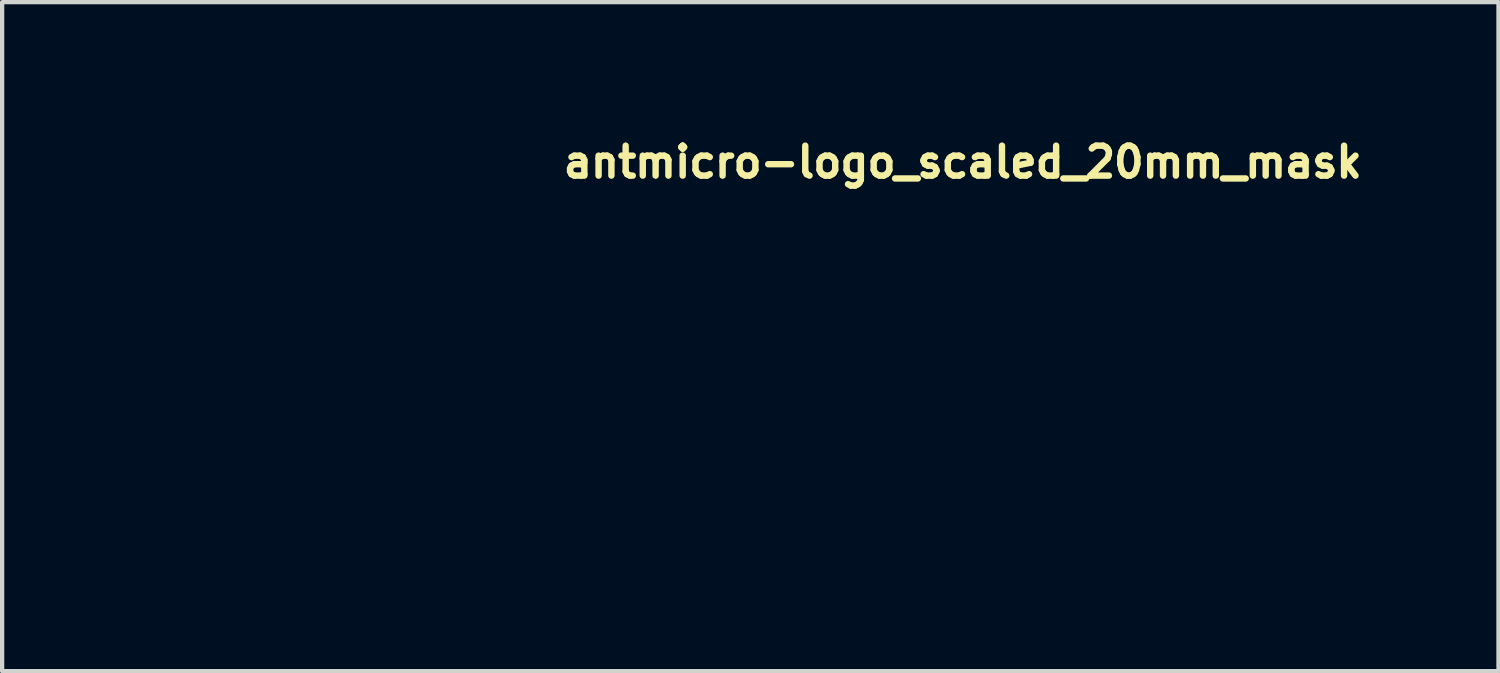
<source format=kicad_pcb>
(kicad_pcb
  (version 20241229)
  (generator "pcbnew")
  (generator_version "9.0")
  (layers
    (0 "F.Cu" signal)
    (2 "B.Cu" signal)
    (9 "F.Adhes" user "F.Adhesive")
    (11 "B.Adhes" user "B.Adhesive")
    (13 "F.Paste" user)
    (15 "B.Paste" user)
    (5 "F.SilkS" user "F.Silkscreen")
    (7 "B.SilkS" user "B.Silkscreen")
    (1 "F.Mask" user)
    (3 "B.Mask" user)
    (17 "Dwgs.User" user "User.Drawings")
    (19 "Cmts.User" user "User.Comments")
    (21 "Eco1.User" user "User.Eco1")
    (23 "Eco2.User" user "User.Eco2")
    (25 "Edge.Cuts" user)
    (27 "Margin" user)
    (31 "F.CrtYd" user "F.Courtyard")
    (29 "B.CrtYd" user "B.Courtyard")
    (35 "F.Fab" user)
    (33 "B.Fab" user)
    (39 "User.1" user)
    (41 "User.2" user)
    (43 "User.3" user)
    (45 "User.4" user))
  (footprint "antmicro-logo_scaled_20mm_mask"
    (layer "F.Cu")
    (at 9.999 6.65)
    (property "Reference" "antmicro-logo_scaled_20mm_mask" (at 0.05 -5.5 0) (layer "F.SilkS") (effects (font (size 0.7 0.7) (thickness 0.15)) (justify left bottom)))
    (attr through_hole exclude_from_pos_files exclude_from_bom)
    (fp_poly (pts (xy 5.212 0.944) (xy 4.834 0.944) (xy 4.834 -1.292) (xy 5.212 -1.292) (xy 5.212 0.944)) (stroke (width 0.002) (type solid)) (fill yes) (layer "F.Mask"))
    (fp_poly (pts (xy 8.164 -1.321) (xy 8.193 -1.317) (xy 8.204 -1.31) (xy 8.204 -1.308) (xy 8.2 -1.285) (xy 8.188 -1.24) (xy 8.171 -1.181) (xy 8.163 -1.156) (xy 8.142 -1.092) (xy 8.126 -1.053) (xy 8.112 -1.034) (xy 8.097 -1.031) (xy 8.094 -1.032) (xy 7.996 -1.053) (xy 7.886 -1.06) (xy 7.778 -1.053) (xy 7.683 -1.032) (xy 7.665 -1.026) (xy 7.622 -1.009) (xy 7.622 0.944) (xy 7.244 0.944) (xy 7.244 -1.178) (xy 7.358 -1.219) (xy 7.457 -1.253) (xy 7.548 -1.277) (xy 7.639 -1.295) (xy 7.738 -1.307) (xy 7.856 -1.315) (xy 7.94 -1.319) (xy 8.042 -1.322) (xy 8.115 -1.322) (xy 8.164 -1.321)) (stroke (width 0.002) (type solid)) (fill yes) (layer "F.Mask"))
    (fp_poly (pts (xy 0.795 -1.891) (xy 0.798 -1.849) (xy 0.8 -1.786) (xy 0.802 -1.705) (xy 0.803 -1.612) (xy 0.803 -1.599) (xy 0.803 -1.292) (xy 1.181 -1.292) (xy 1.181 -1.04) (xy 0.803 -1.04) (xy 0.803 0.498) (xy 0.838 0.566) (xy 0.885 0.631) (xy 0.944 0.671) (xy 1.021 0.688) (xy 1.082 0.689) (xy 1.181 0.685) (xy 1.181 0.806) (xy 1.178 0.88) (xy 1.17 0.926) (xy 1.161 0.939) (xy 1.138 0.945) (xy 1.09 0.95) (xy 1.028 0.954) (xy 0.984 0.956) (xy 0.897 0.957) (xy 0.832 0.953) (xy 0.778 0.942) (xy 0.743 0.931) (xy 0.647 0.886) (xy 0.571 0.823) (xy 0.508 0.737) (xy 0.488 0.701) (xy 0.433 0.593) (xy 0.428 -0.223) (xy 0.424 -1.04) (xy 0.173 -1.04) (xy 0.173 -1.292) (xy 0.425 -1.292) (xy 0.425 -1.795) (xy 0.603 -1.85) (xy 0.673 -1.872) (xy 0.733 -1.89) (xy 0.774 -1.902) (xy 0.792 -1.906) (xy 0.795 -1.891)) (stroke (width 0.002) (type solid)) (fill yes) (layer "F.Mask"))
    (fp_poly (pts (xy -0.82 -1.315) (xy -0.737 -1.312) (xy -0.672 -1.308) (xy -0.621 -1.301) (xy -0.577 -1.291) (xy -0.56 -1.286) (xy -0.417 -1.232) (xy -0.302 -1.164) (xy -0.212 -1.082) (xy -0.154 -0.996) (xy -0.135 -0.961) (xy -0.119 -0.927) (xy -0.105 -0.893) (xy -0.094 -0.855) (xy -0.085 -0.811) (xy -0.078 -0.758) (xy -0.073 -0.693) (xy -0.069 -0.612) (xy -0.067 -0.515) (xy -0.065 -0.397) (xy -0.064 -0.256) (xy -0.064 -0.088) (xy -0.063 0.105) (xy -0.063 0.944) (xy -0.441 0.944) (xy -0.441 0.113) (xy -0.442 -0.083) (xy -0.442 -0.25) (xy -0.443 -0.391) (xy -0.445 -0.508) (xy -0.448 -0.604) (xy -0.452 -0.682) (xy -0.457 -0.744) (xy -0.465 -0.794) (xy -0.474 -0.833) (xy -0.486 -0.864) (xy -0.501 -0.89) (xy -0.518 -0.913) (xy -0.538 -0.937) (xy -0.539 -0.939) (xy -0.604 -0.997) (xy -0.684 -1.039) (xy -0.784 -1.066) (xy -0.822 -1.072) (xy -0.927 -1.078) (xy -1.044 -1.073) (xy -1.158 -1.056) (xy -1.24 -1.034) (xy -1.3 -1.013) (xy -1.304 -0.034) (xy -1.308 0.944) (xy -1.686 0.944) (xy -1.686 -1.178) (xy -1.54 -1.225) (xy -1.44 -1.257) (xy -1.354 -1.28) (xy -1.276 -1.297) (xy -1.195 -1.307) (xy -1.105 -1.313) (xy -0.995 -1.315) (xy -0.93 -1.315) (xy -0.82 -1.315)) (stroke (width 0.002) (type solid)) (fill yes) (layer "F.Mask"))
    (fp_poly (pts (xy 3.757 -1.312) (xy 3.91 -1.278) (xy 4.043 -1.223) (xy 4.153 -1.146) (xy 4.24 -1.047) (xy 4.282 -0.977) (xy 4.299 -0.943) (xy 4.313 -0.91) (xy 4.325 -0.876) (xy 4.335 -0.837) (xy 4.343 -0.791) (xy 4.349 -0.734) (xy 4.353 -0.665) (xy 4.357 -0.581) (xy 4.359 -0.478) (xy 4.361 -0.354) (xy 4.361 -0.206) (xy 4.362 -0.031) (xy 4.362 0.111) (xy 4.362 0.944) (xy 3.985 0.944) (xy 3.98 0.074) (xy 3.976 -0.796) (xy 3.93 -0.879) (xy 3.867 -0.961) (xy 3.786 -1.022) (xy 3.691 -1.062) (xy 3.586 -1.079) (xy 3.476 -1.074) (xy 3.366 -1.045) (xy 3.26 -0.994) (xy 3.185 -0.938) (xy 3.118 -0.88) (xy 3.118 0.944) (xy 2.74 0.944) (xy 2.74 0.092) (xy 2.739 -0.122) (xy 2.739 -0.305) (xy 2.737 -0.459) (xy 2.735 -0.585) (xy 2.732 -0.683) (xy 2.729 -0.755) (xy 2.725 -0.802) (xy 2.722 -0.821) (xy 2.679 -0.91) (xy 2.613 -0.981) (xy 2.523 -1.034) (xy 2.413 -1.067) (xy 2.284 -1.079) (xy 2.154 -1.073) (xy 2.082 -1.064) (xy 2.031 -1.056) (xy 1.989 -1.046) (xy 1.944 -1.031) (xy 1.917 -1.021) (xy 1.874 -1.005) (xy 1.874 0.944) (xy 1.511 0.944) (xy 1.511 -1.18) (xy 1.661 -1.228) (xy 1.83 -1.276) (xy 1.988 -1.306) (xy 2.148 -1.319) (xy 2.314 -1.319) (xy 2.448 -1.311) (xy 2.557 -1.297) (xy 2.649 -1.272) (xy 2.732 -1.237) (xy 2.811 -1.189) (xy 2.843 -1.165) (xy 2.947 -1.087) (xy 3.012 -1.14) (xy 3.14 -1.224) (xy 3.283 -1.283) (xy 3.443 -1.315) (xy 3.582 -1.323) (xy 3.757 -1.312)) (stroke (width 0.002) (type solid)) (fill yes) (layer "F.Mask"))
    (fp_poly (pts (xy 9.278 -1.313) (xy 9.419 -1.281) (xy 9.543 -1.225) (xy 9.656 -1.146) (xy 9.708 -1.097) (xy 9.808 -0.975) (xy 9.887 -0.831) (xy 9.945 -0.666) (xy 9.984 -0.476) (xy 9.998 -0.354) (xy 10.005 -0.134) (xy 9.992 0.072) (xy 9.96 0.262) (xy 9.908 0.434) (xy 9.837 0.585) (xy 9.749 0.714) (xy 9.643 0.819) (xy 9.578 0.867) (xy 9.475 0.918) (xy 9.352 0.956) (xy 9.219 0.98) (xy 9.087 0.986) (xy 8.966 0.975) (xy 8.81 0.933) (xy 8.673 0.864) (xy 8.553 0.771) (xy 8.452 0.653) (xy 8.371 0.511) (xy 8.31 0.346) (xy 8.277 0.202) (xy 8.249 -0.011) (xy 8.243 -0.182) (xy 8.619 -0.182) (xy 8.626 -0.007) (xy 8.647 0.163) (xy 8.682 0.318) (xy 8.73 0.449) (xy 8.792 0.552) (xy 8.87 0.633) (xy 8.961 0.69) (xy 9.06 0.721) (xy 9.164 0.724) (xy 9.268 0.699) (xy 9.303 0.683) (xy 9.391 0.625) (xy 9.465 0.546) (xy 9.524 0.443) (xy 9.569 0.315) (xy 9.601 0.162) (xy 9.62 0) (xy 9.628 -0.198) (xy 9.62 -0.382) (xy 9.597 -0.55) (xy 9.558 -0.698) (xy 9.505 -0.825) (xy 9.439 -0.927) (xy 9.397 -0.971) (xy 9.307 -1.035) (xy 9.21 -1.071) (xy 9.109 -1.079) (xy 9.009 -1.062) (xy 8.915 -1.019) (xy 8.831 -0.953) (xy 8.76 -0.863) (xy 8.733 -0.813) (xy 8.684 -0.68) (xy 8.648 -0.526) (xy 8.627 -0.358) (xy 8.619 -0.182) (xy 8.243 -0.182) (xy 8.242 -0.218) (xy 8.255 -0.417) (xy 8.288 -0.602) (xy 8.339 -0.772) (xy 8.41 -0.923) (xy 8.498 -1.051) (xy 8.524 -1.081) (xy 8.637 -1.182) (xy 8.765 -1.255) (xy 8.908 -1.302) (xy 9.068 -1.322) (xy 9.117 -1.323) (xy 9.278 -1.313)) (stroke (width 0.002) (type solid)) (fill yes) (layer "F.Mask"))
    (fp_poly (pts (xy 6.48 -1.32) (xy 6.584 -1.31) (xy 6.642 -1.3) (xy 6.701 -1.282) (xy 6.765 -1.259) (xy 6.825 -1.233) (xy 6.873 -1.209) (xy 6.9 -1.189) (xy 6.902 -1.186) (xy 6.901 -1.166) (xy 6.889 -1.128) (xy 6.872 -1.079) (xy 6.852 -1.03) (xy 6.833 -0.989) (xy 6.818 -0.966) (xy 6.815 -0.963) (xy 6.795 -0.969) (xy 6.757 -0.985) (xy 6.717 -1.002) (xy 6.597 -1.044) (xy 6.478 -1.06) (xy 6.365 -1.05) (xy 6.267 -1.016) (xy 6.184 -0.957) (xy 6.109 -0.87) (xy 6.042 -0.76) (xy 5.988 -0.629) (xy 5.964 -0.554) (xy 5.946 -0.461) (xy 5.934 -0.347) (xy 5.929 -0.22) (xy 5.931 -0.091) (xy 5.938 0.032) (xy 5.953 0.138) (xy 5.965 0.191) (xy 6.018 0.347) (xy 6.085 0.476) (xy 6.166 0.576) (xy 6.262 0.649) (xy 6.269 0.653) (xy 6.318 0.678) (xy 6.36 0.692) (xy 6.409 0.698) (xy 6.476 0.7) (xy 6.48 0.7) (xy 6.551 0.697) (xy 6.613 0.686) (xy 6.676 0.665) (xy 6.75 0.631) (xy 6.805 0.602) (xy 6.811 0.606) (xy 6.823 0.627) (xy 6.842 0.667) (xy 6.868 0.73) (xy 6.904 0.819) (xy 6.907 0.827) (xy 6.898 0.844) (xy 6.866 0.868) (xy 6.818 0.895) (xy 6.759 0.922) (xy 6.697 0.945) (xy 6.68 0.95) (xy 6.596 0.968) (xy 6.494 0.98) (xy 6.388 0.984) (xy 6.292 0.98) (xy 6.251 0.975) (xy 6.192 0.96) (xy 6.121 0.935) (xy 6.055 0.906) (xy 5.924 0.825) (xy 5.811 0.718) (xy 5.717 0.586) (xy 5.641 0.431) (xy 5.585 0.252) (xy 5.566 0.164) (xy 5.552 0.061) (xy 5.545 -0.061) (xy 5.544 -0.193) (xy 5.549 -0.327) (xy 5.56 -0.453) (xy 5.576 -0.563) (xy 5.589 -0.623) (xy 5.65 -0.797) (xy 5.731 -0.949) (xy 5.831 -1.077) (xy 5.948 -1.181) (xy 6.081 -1.259) (xy 6.187 -1.298) (xy 6.27 -1.314) (xy 6.372 -1.322) (xy 6.48 -1.32)) (stroke (width 0.002) (type solid)) (fill yes) (layer "F.Mask"))
    (fp_poly (pts (xy -2.763 -1.313) (xy -2.663 -1.294) (xy -2.55 -1.259) (xy -2.459 -1.216) (xy -2.38 -1.16) (xy -2.341 -1.124) (xy -2.284 -1.053) (xy -2.232 -0.961) (xy -2.192 -0.861) (xy -2.174 -0.79) (xy -2.17 -0.754) (xy -2.167 -0.69) (xy -2.164 -0.599) (xy -2.162 -0.485) (xy -2.16 -0.35) (xy -2.159 -0.196) (xy -2.158 -0.027) (xy -2.158 0.064) (xy -2.158 0.833) (xy -2.232 0.865) (xy -2.364 0.913) (xy -2.517 0.949) (xy -2.682 0.974) (xy -2.85 0.986) (xy -3.011 0.983) (xy -3.097 0.975) (xy -3.264 0.942) (xy -3.407 0.889) (xy -3.525 0.817) (xy -3.618 0.725) (xy -3.686 0.616) (xy -3.729 0.487) (xy -3.746 0.341) (xy -3.746 0.268) (xy -3.744 0.254) (xy -3.383 0.254) (xy -3.38 0.384) (xy -3.352 0.497) (xy -3.298 0.591) (xy -3.221 0.665) (xy -3.12 0.719) (xy -3.072 0.735) (xy -3.011 0.745) (xy -2.928 0.75) (xy -2.835 0.75) (xy -2.74 0.744) (xy -2.655 0.734) (xy -2.589 0.72) (xy -2.579 0.716) (xy -2.504 0.689) (xy -2.504 -0.302) (xy -2.595 -0.291) (xy -2.653 -0.282) (xy -2.728 -0.267) (xy -2.806 -0.25) (xy -2.831 -0.244) (xy -2.992 -0.194) (xy -3.125 -0.133) (xy -3.229 -0.06) (xy -3.306 0.026) (xy -3.357 0.125) (xy -3.381 0.238) (xy -3.383 0.254) (xy -3.744 0.254) (xy -3.725 0.126) (xy -3.678 0) (xy -3.602 -0.112) (xy -3.559 -0.158) (xy -3.465 -0.233) (xy -3.343 -0.303) (xy -3.198 -0.365) (xy -3.034 -0.417) (xy -2.856 -0.46) (xy -2.666 -0.49) (xy -2.663 -0.49) (xy -2.5 -0.51) (xy -2.51 -0.644) (xy -2.528 -0.77) (xy -2.564 -0.871) (xy -2.62 -0.949) (xy -2.697 -1.007) (xy -2.797 -1.045) (xy -2.845 -1.056) (xy -2.975 -1.067) (xy -3.12 -1.056) (xy -3.272 -1.024) (xy -3.426 -0.972) (xy -3.439 -0.967) (xy -3.488 -0.947) (xy -3.523 -0.936) (xy -3.537 -0.934) (xy -3.545 -0.95) (xy -3.56 -0.987) (xy -3.579 -1.035) (xy -3.598 -1.086) (xy -3.613 -1.129) (xy -3.622 -1.155) (xy -3.623 -1.159) (xy -3.609 -1.169) (xy -3.575 -1.188) (xy -3.537 -1.206) (xy -3.395 -1.257) (xy -3.239 -1.294) (xy -3.075 -1.316) (xy -2.914 -1.323) (xy -2.763 -1.313)) (stroke (width 0.002) (type solid)) (fill yes) (layer "F.Mask"))
    (fp_poly (pts (xy -7.153 -3.366) (xy -7.087 -3.351) (xy -7.086 -3.351) (xy -7.066 -3.34) (xy -7.021 -3.315) (xy -6.953 -3.277) (xy -6.865 -3.227) (xy -6.759 -3.167) (xy -6.639 -3.099) (xy -6.505 -3.022) (xy -6.361 -2.94) (xy -6.209 -2.853) (xy -6.052 -2.762) (xy -5.891 -2.67) (xy -5.729 -2.577) (xy -5.569 -2.485) (xy -5.413 -2.395) (xy -5.264 -2.309) (xy -5.123 -2.227) (xy -4.994 -2.152) (xy -4.878 -2.085) (xy -4.778 -2.027) (xy -4.697 -1.979) (xy -4.636 -1.943) (xy -4.599 -1.921) (xy -4.595 -1.918) (xy -4.528 -1.863) (xy -4.476 -1.798) (xy -4.434 -1.725) (xy -4.429 -0.224) (xy -4.429 0.063) (xy -4.428 0.323) (xy -4.429 0.553) (xy -4.429 0.755) (xy -4.43 0.928) (xy -4.432 1.071) (xy -4.434 1.184) (xy -4.436 1.266) (xy -4.439 1.318) (xy -4.441 1.337) (xy -4.448 1.36) (xy -4.454 1.382) (xy -4.463 1.403) (xy -4.476 1.423) (xy -4.494 1.445) (xy -4.519 1.47) (xy -4.552 1.497) (xy -4.596 1.529) (xy -4.652 1.567) (xy -4.721 1.611) (xy -4.805 1.663) (xy -4.906 1.723) (xy -5.025 1.794) (xy -5.165 1.875) (xy -5.326 1.969) (xy -5.511 2.076) (xy -5.72 2.197) (xy -5.813 2.251) (xy -7.079 2.982) (xy -7.197 2.988) (xy -7.315 2.994) (xy -7.78 2.727) (xy -8.064 2.563) (xy -8.323 2.415) (xy -8.557 2.28) (xy -8.767 2.159) (xy -8.955 2.051) (xy -9.122 1.954) (xy -9.27 1.868) (xy -9.399 1.792) (xy -9.51 1.726) (xy -9.606 1.669) (xy -9.688 1.619) (xy -9.756 1.576) (xy -9.812 1.539) (xy -9.857 1.507) (xy -9.893 1.481) (xy -9.92 1.458) (xy -9.94 1.437) (xy -9.955 1.42) (xy -9.965 1.403) (xy -9.972 1.387) (xy -9.977 1.371) (xy -9.981 1.354) (xy -9.985 1.337) (xy -9.988 1.309) (xy -9.991 1.25) (xy -9.993 1.161) (xy -9.995 1.041) (xy -9.996 0.891) (xy -9.997 0.712) (xy -9.998 0.503) (xy -9.998 0.266) (xy -9.997 0) (xy -9.997 -0.189) (xy -9.024 -0.189) (xy -9.024 0.015) (xy -9.024 0.191) (xy -9.023 0.34) (xy -9.022 0.464) (xy -9.021 0.567) (xy -9.018 0.65) (xy -9.014 0.717) (xy -9.01 0.768) (xy -9.003 0.808) (xy -8.995 0.837) (xy -8.986 0.859) (xy -8.974 0.876) (xy -8.961 0.891) (xy -8.945 0.905) (xy -8.943 0.906) (xy -8.922 0.921) (xy -8.877 0.949) (xy -8.81 0.989) (xy -8.725 1.039) (xy -8.625 1.098) (xy -8.512 1.164) (xy -8.389 1.235) (xy -8.26 1.31) (xy -8.128 1.386) (xy -7.995 1.463) (xy -7.864 1.538) (xy -7.739 1.609) (xy -7.622 1.676) (xy -7.517 1.735) (xy -7.425 1.787) (xy -7.351 1.828) (xy -7.297 1.857) (xy -7.266 1.872) (xy -7.261 1.874) (xy -7.222 1.885) (xy -7.195 1.886) (xy -7.163 1.875) (xy -7.144 1.867) (xy -7.117 1.854) (xy -7.067 1.827) (xy -6.997 1.788) (xy -6.909 1.738) (xy -6.805 1.679) (xy -6.691 1.614) (xy -6.567 1.543) (xy -6.438 1.469) (xy -6.306 1.392) (xy -6.174 1.316) (xy -6.045 1.241) (xy -5.922 1.17) (xy -5.809 1.103) (xy -5.708 1.044) (xy -5.622 0.992) (xy -5.553 0.952) (xy -5.507 0.923) (xy -5.484 0.907) (xy -5.483 0.907) (xy -5.467 0.892) (xy -5.453 0.878) (xy -5.441 0.861) (xy -5.431 0.839) (xy -5.423 0.81) (xy -5.417 0.772) (xy -5.412 0.721) (xy -5.408 0.656) (xy -5.406 0.574) (xy -5.404 0.473) (xy -5.403 0.35) (xy -5.402 0.203) (xy -5.402 0.03) (xy -5.402 -0.172) (xy -5.402 -0.189) (xy -5.402 -0.395) (xy -5.402 -0.572) (xy -5.403 -0.721) (xy -5.404 -0.847) (xy -5.406 -0.95) (xy -5.408 -1.034) (xy -5.412 -1.101) (xy -5.418 -1.153) (xy -5.425 -1.193) (xy -5.434 -1.223) (xy -5.445 -1.245) (xy -5.458 -1.262) (xy -5.473 -1.276) (xy -5.491 -1.29) (xy -5.499 -1.295) (xy -5.522 -1.31) (xy -5.57 -1.339) (xy -5.64 -1.381) (xy -5.729 -1.433) (xy -5.835 -1.496) (xy -5.956 -1.566) (xy -6.088 -1.643) (xy -6.229 -1.725) (xy -6.348 -1.793) (xy -6.519 -1.891) (xy -6.664 -1.974) (xy -6.786 -2.044) (xy -6.888 -2.101) (xy -6.971 -2.147) (xy -7.038 -2.183) (xy -7.091 -2.21) (xy -7.132 -2.229) (xy -7.163 -2.242) (xy -7.187 -2.249) (xy -7.205 -2.252) (xy -7.211 -2.252) (xy -7.228 -2.251) (xy -7.249 -2.246) (xy -7.276 -2.236) (xy -7.312 -2.219) (xy -7.359 -2.196) (xy -7.419 -2.165) (xy -7.495 -2.123) (xy -7.587 -2.072) (xy -7.699 -2.008) (xy -7.832 -1.932) (xy -7.99 -1.842) (xy -8.1 -1.778) (xy -8.248 -1.693) (xy -8.388 -1.611) (xy -8.519 -1.535) (xy -8.637 -1.466) (xy -8.739 -1.406) (xy -8.825 -1.355) (xy -8.89 -1.316) (xy -8.933 -1.29) (xy -8.951 -1.278) (xy -8.966 -1.265) (xy -8.978 -1.251) (xy -8.989 -1.234) (xy -8.998 -1.212) (xy -9.005 -1.182) (xy -9.011 -1.141) (xy -9.015 -1.087) (xy -9.018 -1.019) (xy -9.021 -0.933) (xy -9.022 -0.827) (xy -9.023 -0.699) (xy -9.024 -0.546) (xy -9.024 -0.366) (xy -9.024 -0.189) (xy -9.997 -0.189) (xy -9.997 -0.224) (xy -9.996 -0.479) (xy -9.996 -0.705) (xy -9.995 -0.903) (xy -9.994 -1.075) (xy -9.993 -1.223) (xy -9.992 -1.35) (xy -9.99 -1.456) (xy -9.987 -1.545) (xy -9.984 -1.617) (xy -9.98 -1.675) (xy -9.974 -1.721) (xy -9.968 -1.757) (xy -9.961 -1.784) (xy -9.952 -1.805) (xy -9.941 -1.821) (xy -9.929 -1.834) (xy -9.915 -1.847) (xy -9.9 -1.86) (xy -9.893 -1.866) (xy -9.873 -1.88) (xy -9.828 -1.909) (xy -9.759 -1.951) (xy -9.669 -2.005) (xy -9.56 -2.07) (xy -9.433 -2.145) (xy -9.291 -2.228) (xy -9.136 -2.319) (xy -8.969 -2.416) (xy -8.793 -2.518) (xy -8.61 -2.624) (xy -8.59 -2.635) (xy -8.377 -2.759) (xy -8.189 -2.867) (xy -8.024 -2.962) (xy -7.882 -3.044) (xy -7.759 -3.114) (xy -7.656 -3.173) (xy -7.568 -3.221) (xy -7.496 -3.261) (xy -7.437 -3.293) (xy -7.389 -3.317) (xy -7.351 -3.336) (xy -7.321 -3.349) (xy -7.296 -3.357) (xy -7.276 -3.363) (xy -7.259 -3.366) (xy -7.242 -3.367) (xy -7.237 -3.368) (xy -7.153 -3.366)) (stroke (width 0.002) (type solid)) (fill yes) (layer "F.Mask"))
    (fp_poly (pts (xy -7.128 -1.48) (xy -7.114 -1.475) (xy -7.042 -1.428) (xy -6.989 -1.361) (xy -6.96 -1.281) (xy -6.957 -1.196) (xy -6.961 -1.175) (xy -6.992 -1.094) (xy -7.046 -1.034) (xy -7.101 -1.001) (xy -7.166 -0.969) (xy -7.166 -0.599) (xy -6.891 -0.599) (xy -6.778 -0.711) (xy -6.665 -0.824) (xy -6.673 -0.905) (xy -6.673 -0.906) (xy -6.566 -0.906) (xy -6.549 -0.87) (xy -6.512 -0.853) (xy -6.467 -0.856) (xy -6.435 -0.876) (xy -6.412 -0.913) (xy -6.42 -0.95) (xy -6.441 -0.977) (xy -6.471 -1.002) (xy -6.496 -1.005) (xy -6.53 -0.986) (xy -6.532 -0.984) (xy -6.56 -0.949) (xy -6.566 -0.906) (xy -6.673 -0.906) (xy -6.676 -0.957) (xy -6.669 -0.992) (xy -6.648 -1.025) (xy -6.639 -1.036) (xy -6.582 -1.084) (xy -6.519 -1.106) (xy -6.456 -1.105) (xy -6.397 -1.084) (xy -6.349 -1.044) (xy -6.316 -0.99) (xy -6.304 -0.925) (xy -6.315 -0.859) (xy -6.351 -0.797) (xy -6.408 -0.757) (xy -6.484 -0.741) (xy -6.497 -0.741) (xy -6.529 -0.74) (xy -6.557 -0.734) (xy -6.585 -0.719) (xy -6.619 -0.693) (xy -6.667 -0.651) (xy -6.705 -0.615) (xy -6.84 -0.489) (xy -7.166 -0.489) (xy -7.166 -0.237) (xy -6.568 -0.237) (xy -6.545 -0.282) (xy -6.502 -0.333) (xy -6.443 -0.364) (xy -6.377 -0.373) (xy -6.311 -0.36) (xy -6.255 -0.322) (xy -6.249 -0.317) (xy -6.209 -0.253) (xy -6.195 -0.188) (xy -6.205 -0.126) (xy -6.234 -0.072) (xy -6.28 -0.03) (xy -6.337 -0.006) (xy -6.402 -0.002) (xy -6.472 -0.025) (xy -6.486 -0.033) (xy -6.523 -0.061) (xy -6.545 -0.091) (xy -6.547 -0.096) (xy -6.552 -0.106) (xy -6.561 -0.114) (xy -6.58 -0.12) (xy -6.613 -0.123) (xy -6.664 -0.125) (xy -6.737 -0.126) (xy -6.836 -0.126) (xy -6.861 -0.126) (xy -7.166 -0.126) (xy -7.166 0.11) (xy -6.842 0.11) (xy -6.581 0.373) (xy -6.507 0.366) (xy -6.428 0.372) (xy -6.367 0.402) (xy -6.325 0.457) (xy -6.314 0.486) (xy -6.304 0.561) (xy -6.322 0.626) (xy -6.361 0.678) (xy -6.422 0.72) (xy -6.487 0.736) (xy -6.55 0.727) (xy -6.605 0.697) (xy -6.648 0.648) (xy -6.671 0.583) (xy -6.672 0.536) (xy -6.564 0.536) (xy -6.559 0.575) (xy -6.544 0.597) (xy -6.508 0.625) (xy -6.474 0.623) (xy -6.441 0.598) (xy -6.414 0.56) (xy -6.417 0.525) (xy -6.44 0.497) (xy -6.48 0.476) (xy -6.518 0.48) (xy -6.549 0.502) (xy -6.564 0.536) (xy -6.672 0.536) (xy -6.673 0.52) (xy -6.664 0.445) (xy -6.891 0.22) (xy -7.166 0.22) (xy -7.166 0.593) (xy -7.101 0.622) (xy -7.033 0.668) (xy -6.986 0.732) (xy -6.96 0.805) (xy -6.956 0.883) (xy -6.973 0.959) (xy -7.013 1.026) (xy -7.074 1.079) (xy -7.088 1.087) (xy -7.171 1.112) (xy -7.258 1.112) (xy -7.34 1.087) (xy -7.341 1.086) (xy -7.406 1.036) (xy -7.448 0.97) (xy -7.469 0.895) (xy -7.468 0.858) (xy -7.361 0.858) (xy -7.355 0.905) (xy -7.331 0.942) (xy -7.31 0.962) (xy -7.252 0.999) (xy -7.195 1.005) (xy -7.137 0.979) (xy -7.116 0.962) (xy -7.08 0.923) (xy -7.066 0.883) (xy -7.065 0.858) (xy -7.079 0.801) (xy -7.116 0.751) (xy -7.167 0.718) (xy -7.213 0.708) (xy -7.27 0.722) (xy -7.319 0.76) (xy -7.352 0.812) (xy -7.361 0.858) (xy -7.468 0.858) (xy -7.468 0.817) (xy -7.445 0.742) (xy -7.401 0.677) (xy -7.336 0.628) (xy -7.325 0.622) (xy -7.26 0.593) (xy -7.26 0.22) (xy -7.535 0.22) (xy -7.762 0.445) (xy -7.753 0.52) (xy -7.757 0.595) (xy -7.785 0.658) (xy -7.83 0.703) (xy -7.887 0.73) (xy -7.951 0.735) (xy -8.015 0.715) (xy -8.065 0.678) (xy -8.109 0.617) (xy -8.123 0.551) (xy -8.12 0.532) (xy -8.012 0.532) (xy -8.009 0.566) (xy -7.985 0.598) (xy -7.946 0.625) (xy -7.912 0.623) (xy -7.883 0.599) (xy -7.863 0.558) (xy -7.868 0.517) (xy -7.896 0.486) (xy -7.915 0.478) (xy -7.961 0.48) (xy -7.985 0.496) (xy -8.012 0.532) (xy -8.12 0.532) (xy -8.112 0.486) (xy -8.079 0.422) (xy -8.025 0.381) (xy -7.953 0.365) (xy -7.919 0.366) (xy -7.845 0.373) (xy -7.584 0.11) (xy -7.26 0.11) (xy -7.26 -0.126) (xy -7.566 -0.126) (xy -7.672 -0.126) (xy -7.75 -0.126) (xy -7.805 -0.124) (xy -7.841 -0.121) (xy -7.863 -0.116) (xy -7.875 -0.108) (xy -7.881 -0.098) (xy -7.883 -0.094) (xy -7.908 -0.058) (xy -7.954 -0.026) (xy -8.009 -0.005) (xy -8.045 -0.001) (xy -8.117 -0.014) (xy -8.174 -0.049) (xy -8.213 -0.102) (xy -8.23 -0.164) (xy -8.228 -0.186) (xy -8.124 -0.186) (xy -8.12 -0.163) (xy -8.104 -0.143) (xy -8.063 -0.115) (xy -8.021 -0.117) (xy -7.994 -0.135) (xy -7.971 -0.176) (xy -7.976 -0.202) (xy -6.455 -0.202) (xy -6.449 -0.158) (xy -6.432 -0.135) (xy -6.392 -0.113) (xy -6.35 -0.121) (xy -6.322 -0.143) (xy -6.303 -0.169) (xy -6.304 -0.193) (xy -6.316 -0.218) (xy -6.35 -0.254) (xy -6.39 -0.265) (xy -6.429 -0.247) (xy -6.432 -0.244) (xy -6.455 -0.202) (xy -7.976 -0.202) (xy -7.979 -0.218) (xy -7.999 -0.244) (xy -8.04 -0.265) (xy -8.078 -0.255) (xy -8.11 -0.218) (xy -8.124 -0.186) (xy -8.228 -0.186) (xy -8.224 -0.232) (xy -8.192 -0.297) (xy -8.177 -0.317) (xy -8.121 -0.358) (xy -8.055 -0.374) (xy -7.988 -0.365) (xy -7.927 -0.333) (xy -7.885 -0.284) (xy -7.857 -0.237) (xy -7.26 -0.237) (xy -7.26 -0.489) (xy -7.586 -0.489) (xy -7.721 -0.615) (xy -7.779 -0.669) (xy -7.821 -0.704) (xy -7.852 -0.726) (xy -7.879 -0.737) (xy -7.908 -0.74) (xy -7.934 -0.741) (xy -8.011 -0.752) (xy -8.068 -0.787) (xy -8.105 -0.846) (xy -8.112 -0.866) (xy -8.119 -0.923) (xy -8.016 -0.923) (xy -8.003 -0.887) (xy -7.969 -0.862) (xy -7.928 -0.852) (xy -7.888 -0.861) (xy -7.878 -0.87) (xy -7.86 -0.907) (xy -7.866 -0.949) (xy -7.894 -0.984) (xy -7.924 -1.002) (xy -7.941 -1.008) (xy -7.964 -0.997) (xy -7.991 -0.969) (xy -8.011 -0.939) (xy -8.016 -0.923) (xy -8.119 -0.923) (xy -8.121 -0.94) (xy -8.105 -1.004) (xy -8.069 -1.055) (xy -8.018 -1.091) (xy -7.958 -1.108) (xy -7.894 -1.104) (xy -7.831 -1.076) (xy -7.787 -1.036) (xy -7.762 -1.001) (xy -7.751 -0.968) (xy -7.751 -0.923) (xy -7.753 -0.905) (xy -7.762 -0.824) (xy -7.648 -0.711) (xy -7.535 -0.599) (xy -7.26 -0.599) (xy -7.26 -0.971) (xy -7.323 -0.998) (xy -7.396 -1.046) (xy -7.446 -1.114) (xy -7.465 -1.166) (xy -7.472 -1.24) (xy -7.365 -1.24) (xy -7.359 -1.204) (xy -7.347 -1.177) (xy -7.307 -1.123) (xy -7.254 -1.093) (xy -7.194 -1.09) (xy -7.134 -1.116) (xy -7.127 -1.121) (xy -7.081 -1.171) (xy -7.065 -1.225) (xy -7.078 -1.283) (xy -7.116 -1.342) (xy -7.166 -1.375) (xy -7.222 -1.384) (xy -7.278 -1.368) (xy -7.326 -1.326) (xy -7.354 -1.278) (xy -7.365 -1.24) (xy -7.472 -1.24) (xy -7.474 -1.25) (xy -7.455 -1.328) (xy -7.416 -1.396) (xy -7.358 -1.449) (xy -7.288 -1.484) (xy -7.21 -1.495) (xy -7.128 -1.48)) (stroke (width 0.002) (type solid)) (fill yes) (layer "F.Mask")))
  (gr_rect
    (start -3 -3)
    (end 31.992 12.645)
    (stroke (width 0.1) (type default))
    (fill no)
    (layer "Edge.Cuts")))
</source>
